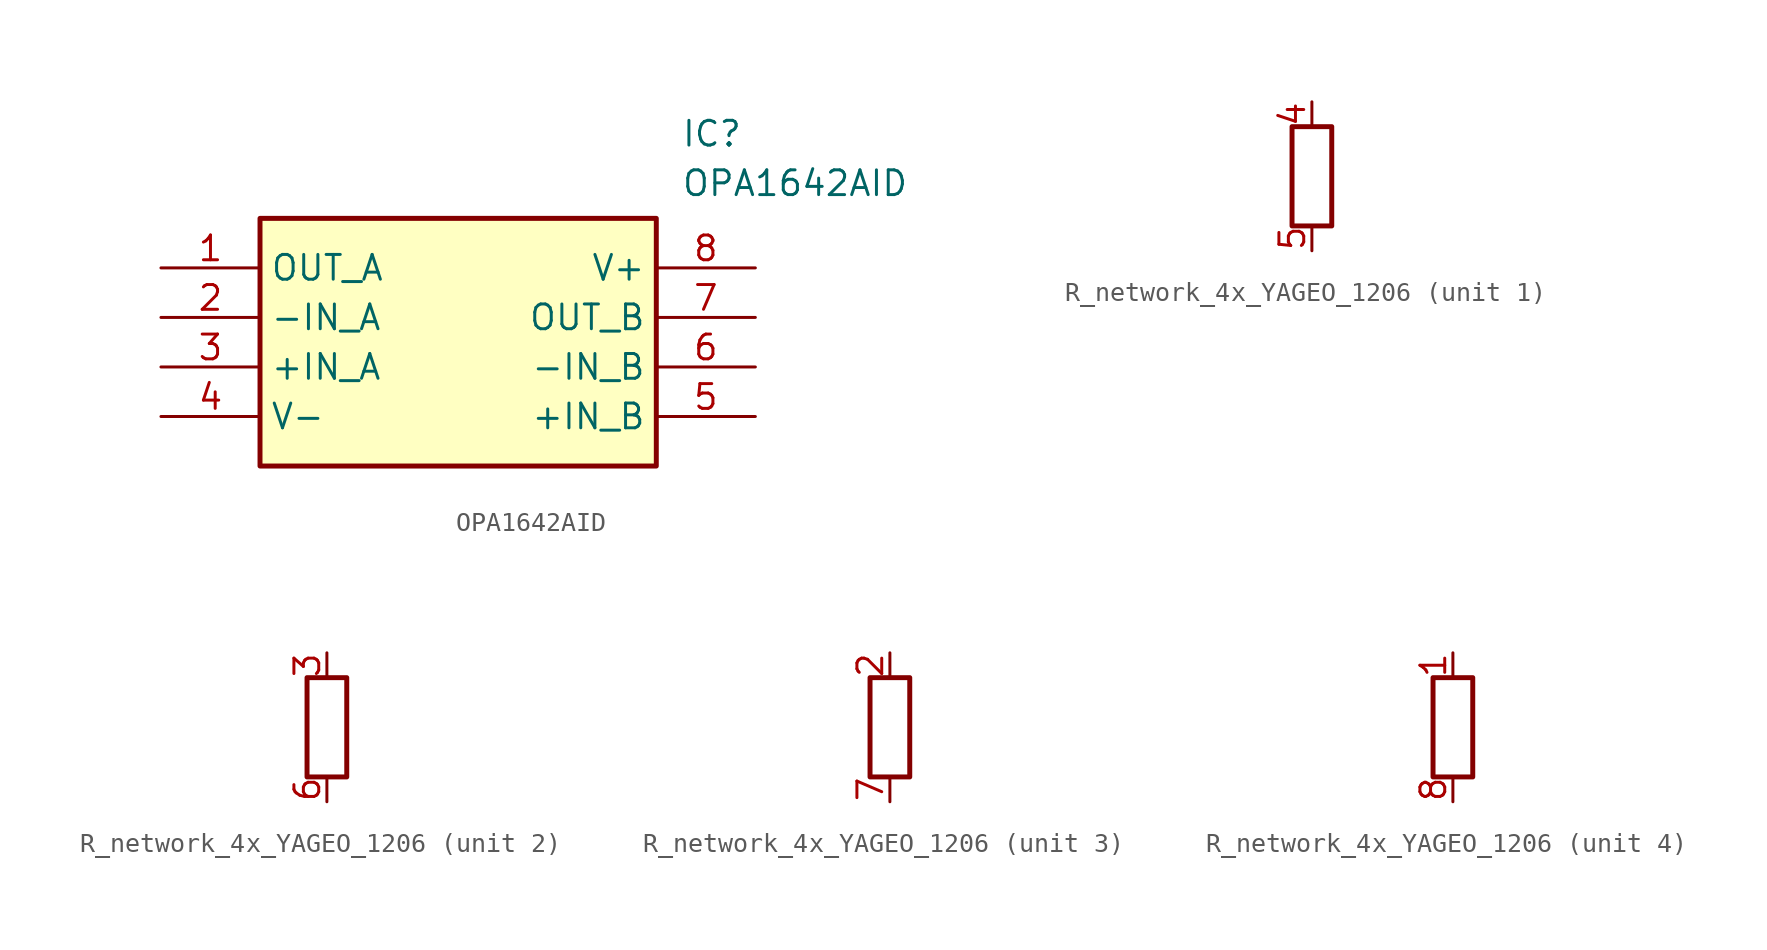
<source format=kicad_sym>
(kicad_symbol_lib
  (version 20241209)
  (generator "kicad_symbol_editor")
  (generator_version "9.0")
  (symbol "OPA1642AID"
    (property "Reference" "IC"
      (at 26.67 7.62 0)
      (effects (font (size 1.27 1.27)) (justify left top)))
    (property "Value" "OPA1642AID"
      (at 26.67 5.08 0)
      (effects (font (size 1.27 1.27)) (justify left top)))
    (symbol "OPA1642AID_1_1"
      (rectangle (start 5.08 2.54) (end 25.4 -10.16) (stroke (width 0.254) (type default)) (fill (type background)))
      (pin output line (at 0 0 0) (length 5.08) (name "OUT_A" (effects (font (size 1.27 1.27)))) (number "1" (effects (font (size 1.27 1.27)))))
      (pin input line (at 0 -2.54 0) (length 5.08) (name "-IN_A" (effects (font (size 1.27 1.27)))) (number "2" (effects (font (size 1.27 1.27)))))
      (pin input line (at 0 -5.08 0) (length 5.08) (name "+IN_A" (effects (font (size 1.27 1.27)))) (number "3" (effects (font (size 1.27 1.27)))))
      (pin power_in line (at 0 -7.62 0) (length 5.08) (name "V-" (effects (font (size 1.27 1.27)))) (number "4" (effects (font (size 1.27 1.27)))))
      (pin power_in line (at 30.48 0 180) (length 5.08) (name "V+" (effects (font (size 1.27 1.27)))) (number "8" (effects (font (size 1.27 1.27)))))
      (pin output line (at 30.48 -2.54 180) (length 5.08) (name "OUT_B" (effects (font (size 1.27 1.27)))) (number "7" (effects (font (size 1.27 1.27)))))
      (pin input line (at 30.48 -5.08 180) (length 5.08) (name "-IN_B" (effects (font (size 1.27 1.27)))) (number "6" (effects (font (size 1.27 1.27)))))
      (pin input line (at 30.48 -7.62 180) (length 5.08) (name "+IN_B" (effects (font (size 1.27 1.27)))) (number "5" (effects (font (size 1.27 1.27)))))))
  (symbol "R_network_4x_YAGEO_1206"
    (property "Reference" "R"
      (at 2.032 -3.556 0)
      (effects (font (size 1.27 1.27)) (hide yes)))
    (property "Value" ""
      (at 0 0 0)
      (effects (font (size 1.27 1.27))))
    (symbol "R_network_4x_YAGEO_1206_0_1"
      (rectangle (start -1.016 -1.27) (end 1.016 -6.35) (stroke (width 0.254) (type default)) (fill (type none))))
    (symbol "R_network_4x_YAGEO_1206_1_1"
      (pin passive line (at 0 0 270) (length 1.27) (name "~" (effects (font (size 1.27 1.27)))) (number "4" (effects (font (size 1.27 1.27)))))
      (pin passive line (at 0 -7.62 90) (length 1.27) (name "~" (effects (font (size 1.27 1.27)))) (number "5" (effects (font (size 1.27 1.27))))))
    (symbol "R_network_4x_YAGEO_1206_2_1"
      (pin passive line (at 0 0 270) (length 1.27) (name "~" (effects (font (size 1.27 1.27)))) (number "3" (effects (font (size 1.27 1.27)))))
      (pin passive line (at 0 -7.62 90) (length 1.27) (name "~" (effects (font (size 1.27 1.27)))) (number "6" (effects (font (size 1.27 1.27))))))
    (symbol "R_network_4x_YAGEO_1206_3_1"
      (pin passive line (at 0 0 270) (length 1.27) (name "~" (effects (font (size 1.27 1.27)))) (number "2" (effects (font (size 1.27 1.27)))))
      (pin passive line (at 0 -7.62 90) (length 1.27) (name "~" (effects (font (size 1.27 1.27)))) (number "7" (effects (font (size 1.27 1.27))))))
    (symbol "R_network_4x_YAGEO_1206_4_1"
      (pin passive line (at 0 0 270) (length 1.27) (name "~" (effects (font (size 1.27 1.27)))) (number "1" (effects (font (size 1.27 1.27)))))
      (pin passive line (at 0 -7.62 90) (length 1.27) (name "~" (effects (font (size 1.27 1.27)))) (number "8" (effects (font (size 1.27 1.27))))))))
</source>
